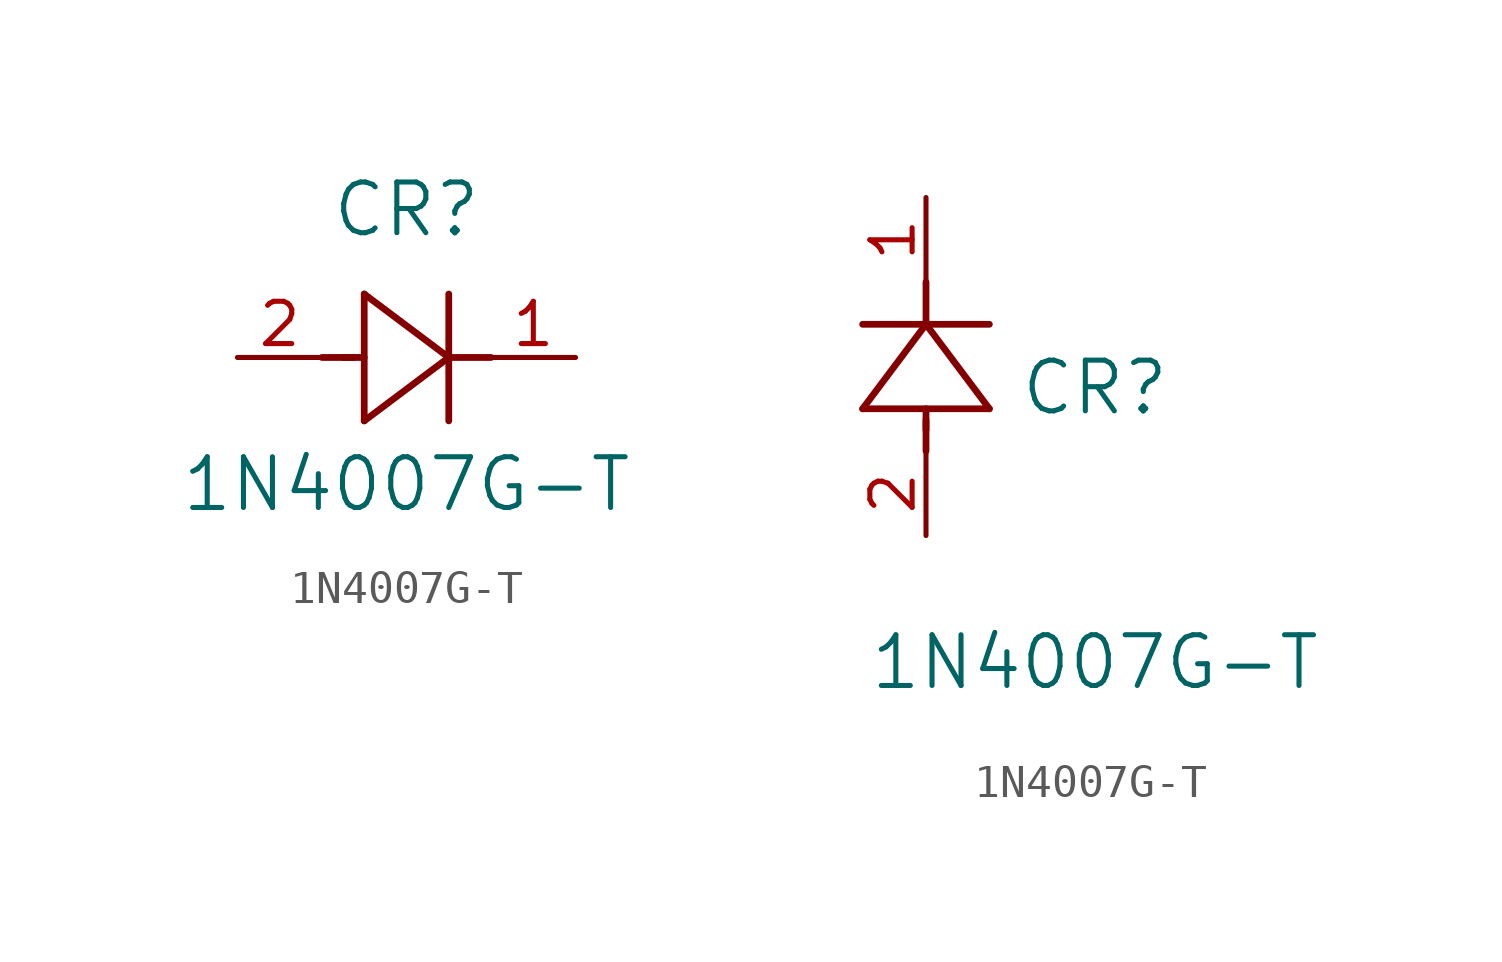
<source format=kicad_sym>
(kicad_symbol_lib
  (version 20231120)
  (generator "kicad_symbol_editor")
  (generator_version "8.0")
  (symbol "1N4007G-T"
    (pin_names
      (offset 0.254))
    (property "Reference" "CR"
      (at 5.08 4.445 0)
      (effects (font (size 1.524 1.524))))
    (property "Value" "1N4007G-T"
      (at 5.08 -3.81 0)
      (effects (font (size 1.524 1.524))))
    (property "ki_locked" ""
      (at 0 0 0)
      (effects (font (size 1.27 1.27))))
    (symbol "1N4007G-T_1_1"
      (polyline (pts (xy 2.54 0) (xy 3.48 0)) (stroke (width 0.203) (type default)) (fill (type none)))
      (polyline (pts (xy 3.175 0) (xy 3.81 0)) (stroke (width 0.203) (type default)) (fill (type none)))
      (polyline (pts (xy 3.81 -1.905) (xy 6.35 0)) (stroke (width 0.203) (type default)) (fill (type none)))
      (polyline (pts (xy 3.81 1.905) (xy 3.81 -1.905)) (stroke (width 0.203) (type default)) (fill (type none)))
      (polyline (pts (xy 6.35 -1.905) (xy 6.35 1.905)) (stroke (width 0.203) (type default)) (fill (type none)))
      (polyline (pts (xy 6.35 0) (xy 3.81 1.905)) (stroke (width 0.203) (type default)) (fill (type none)))
      (polyline (pts (xy 6.35 0) (xy 7.62 0)) (stroke (width 0.203) (type default)) (fill (type none)))
      (pin unspecified line (at 10.16 0 180) (length 2.54) (name "" (effects (font (size 1.27 1.27)))) (number "1" (effects (font (size 1.27 1.27)))))
      (pin unspecified line (at 0 0 0) (length 2.54) (name "" (effects (font (size 1.27 1.27)))) (number "2" (effects (font (size 1.27 1.27))))))
    (symbol "1N4007G-T_1_2"
      (polyline (pts (xy -1.905 3.81) (xy 1.905 3.81)) (stroke (width 0.203) (type default)) (fill (type none)))
      (polyline (pts (xy 0 2.54) (xy 0 3.48)) (stroke (width 0.203) (type default)) (fill (type none)))
      (polyline (pts (xy 0 3.175) (xy 0 3.81)) (stroke (width 0.203) (type default)) (fill (type none)))
      (polyline (pts (xy 0 6.35) (xy -1.905 3.81)) (stroke (width 0.203) (type default)) (fill (type none)))
      (polyline (pts (xy 0 6.35) (xy 0 7.62)) (stroke (width 0.203) (type default)) (fill (type none)))
      (polyline (pts (xy 1.905 3.81) (xy 0 6.35)) (stroke (width 0.203) (type default)) (fill (type none)))
      (polyline (pts (xy 1.905 6.35) (xy -1.905 6.35)) (stroke (width 0.203) (type default)) (fill (type none)))
      (pin unspecified line (at 0 10.16 270) (length 2.54) (name "" (effects (font (size 1.27 1.27)))) (number "1" (effects (font (size 1.27 1.27)))))
      (pin unspecified line (at 0 0 90) (length 2.54) (name "" (effects (font (size 1.27 1.27)))) (number "2" (effects (font (size 1.27 1.27))))))))
</source>
